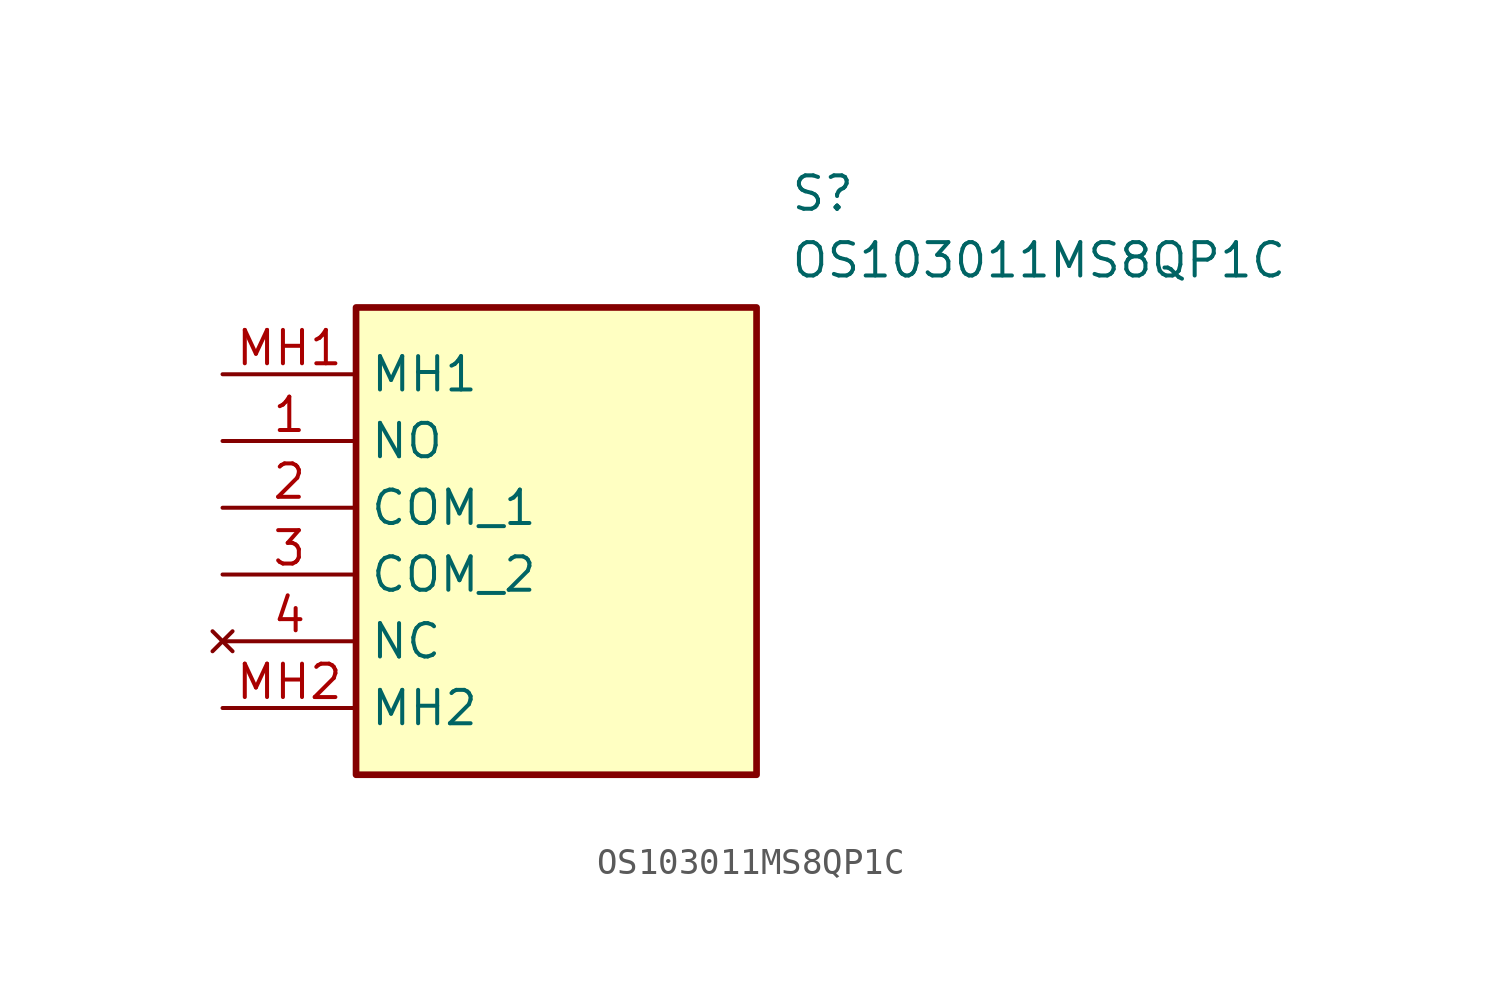
<source format=kicad_sym>
(kicad_symbol_lib
  (version 20211014)
  (generator SamacSys_ECAD_Model)
  (symbol "OS103011MS8QP1C"
    (property "Reference" "S"
      (at 21.59 7.62 0)
      (effects (font (size 1.27 1.27)) (justify left top)))
    (property "Value" "OS103011MS8QP1C"
      (at 21.59 5.08 0)
      (effects (font (size 1.27 1.27)) (justify left top)))
    (rectangle
      (start 5.08 2.54)
      (end 20.32 -15.24)
      (stroke (width 0.254) (type default))
      (fill (type background)))
    (pin passive line
      (at 0 -2.54 0)
      (length 5.08)
      (name "NO" (effects (font (size 1.27 1.27))))
      (number "1" (effects (font (size 1.27 1.27)))))
    (pin passive line
      (at 0 -5.08 0)
      (length 5.08)
      (name "COM_1" (effects (font (size 1.27 1.27))))
      (number "2" (effects (font (size 1.27 1.27)))))
    (pin passive line
      (at 0 -7.62 0)
      (length 5.08)
      (name "COM_2" (effects (font (size 1.27 1.27))))
      (number "3" (effects (font (size 1.27 1.27)))))
    (pin no_connect line
      (at 0 -10.16 0)
      (length 5.08)
      (name "NC" (effects (font (size 1.27 1.27))))
      (number "4" (effects (font (size 1.27 1.27)))))
    (pin passive line
      (at 0 0 0)
      (length 5.08)
      (name "MH1" (effects (font (size 1.27 1.27))))
      (number "MH1" (effects (font (size 1.27 1.27)))))
    (pin passive line
      (at 0 -12.7 0)
      (length 5.08)
      (name "MH2" (effects (font (size 1.27 1.27))))
      (number "MH2" (effects (font (size 1.27 1.27)))))))
</source>
